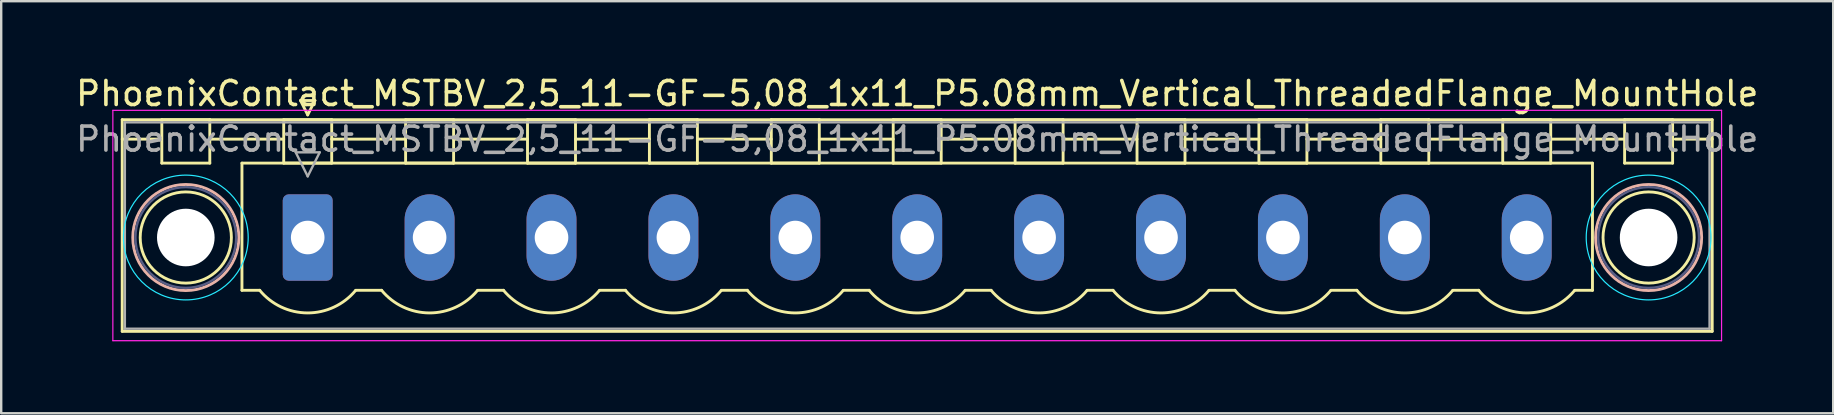
<source format=kicad_pcb>
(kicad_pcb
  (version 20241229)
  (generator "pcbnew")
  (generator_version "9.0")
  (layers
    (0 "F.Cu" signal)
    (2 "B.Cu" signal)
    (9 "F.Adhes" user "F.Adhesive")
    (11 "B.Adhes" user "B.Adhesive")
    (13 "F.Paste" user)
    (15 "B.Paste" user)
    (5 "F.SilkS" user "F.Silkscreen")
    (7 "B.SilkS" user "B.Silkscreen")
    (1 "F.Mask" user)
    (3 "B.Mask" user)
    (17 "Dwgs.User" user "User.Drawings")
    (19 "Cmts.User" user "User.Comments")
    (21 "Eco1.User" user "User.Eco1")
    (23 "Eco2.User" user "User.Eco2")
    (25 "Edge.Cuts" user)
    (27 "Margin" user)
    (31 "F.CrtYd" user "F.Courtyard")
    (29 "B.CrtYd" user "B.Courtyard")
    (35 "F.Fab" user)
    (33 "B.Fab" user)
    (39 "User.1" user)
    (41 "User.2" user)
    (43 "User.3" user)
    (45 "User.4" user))
  (footprint "PhoenixContact_MSTBV_2,5_11-GF-5,08_1x11_P5.08mm_Vertical_ThreadedFlange_MountHole"
    (layer "F.Cu")
    (at 9.773 6.848)
    (property "Reference" "PhoenixContact_MSTBV_2,5_11-GF-5,08_1x11_P5.08mm_Vertical_ThreadedFlange_MountHole" (at 25.4 -6 0) (layer "F.SilkS") (effects (font (size 1 1) (thickness 0.15))))
    (attr through_hole)
    (fp_line (start -7.73 -4.91) (end -7.73 3.91) (stroke (width 0.12) (type solid)) (layer "F.SilkS"))
    (fp_line (start -7.73 -4.1) (end -6.19 -4.1) (stroke (width 0.12) (type solid)) (layer "F.SilkS"))
    (fp_line (start -7.73 3.91) (end 58.53 3.91) (stroke (width 0.12) (type solid)) (layer "F.SilkS"))
    (fp_line (start -6.08 -4.91) (end -4.08 -4.91) (stroke (width 0.12) (type solid)) (layer "F.SilkS"))
    (fp_line (start -6.08 -3.1) (end -6.08 -4.91) (stroke (width 0.12) (type solid)) (layer "F.SilkS"))
    (fp_line (start -4.08 -4.91) (end -4.08 -3.1) (stroke (width 0.12) (type solid)) (layer "F.SilkS"))
    (fp_line (start -4.08 -4.1) (end -1 -4.1) (stroke (width 0.12) (type solid)) (layer "F.SilkS"))
    (fp_line (start -4.08 -3.1) (end -6.08 -3.1) (stroke (width 0.12) (type solid)) (layer "F.SilkS"))
    (fp_line (start -2.74 -3.1) (end 53.54 -3.1) (stroke (width 0.12) (type solid)) (layer "F.SilkS"))
    (fp_line (start -2.74 2.2) (end -2.74 -3.1) (stroke (width 0.12) (type solid)) (layer "F.SilkS"))
    (fp_line (start -2 2.2) (end -2.74 2.2) (stroke (width 0.12) (type solid)) (layer "F.SilkS"))
    (fp_line (start -1 -4.91) (end 1 -4.91) (stroke (width 0.12) (type solid)) (layer "F.SilkS"))
    (fp_line (start -1 -3.1) (end -1 -4.91) (stroke (width 0.12) (type solid)) (layer "F.SilkS"))
    (fp_line (start -0.3 -5.71) (end 0.3 -5.71) (stroke (width 0.12) (type solid)) (layer "F.SilkS"))
    (fp_line (start 0 -5.11) (end -0.3 -5.71) (stroke (width 0.12) (type solid)) (layer "F.SilkS"))
    (fp_line (start 0.3 -5.71) (end 0 -5.11) (stroke (width 0.12) (type solid)) (layer "F.SilkS"))
    (fp_line (start 1 -4.91) (end 1 -3.1) (stroke (width 0.12) (type solid)) (layer "F.SilkS"))
    (fp_line (start 1 -4.1) (end 4.08 -4.1) (stroke (width 0.12) (type solid)) (layer "F.SilkS"))
    (fp_line (start 1 -3.1) (end -1 -3.1) (stroke (width 0.12) (type solid)) (layer "F.SilkS"))
    (fp_line (start 2 2.2) (end 3.08 2.2) (stroke (width 0.12) (type solid)) (layer "F.SilkS"))
    (fp_line (start 4.08 -4.91) (end 6.08 -4.91) (stroke (width 0.12) (type solid)) (layer "F.SilkS"))
    (fp_line (start 4.08 -3.1) (end 4.08 -4.91) (stroke (width 0.12) (type solid)) (layer "F.SilkS"))
    (fp_line (start 6.08 -4.91) (end 6.08 -3.1) (stroke (width 0.12) (type solid)) (layer "F.SilkS"))
    (fp_line (start 6.08 -4.1) (end 9.16 -4.1) (stroke (width 0.12) (type solid)) (layer "F.SilkS"))
    (fp_line (start 6.08 -3.1) (end 4.08 -3.1) (stroke (width 0.12) (type solid)) (layer "F.SilkS"))
    (fp_line (start 7.08 2.2) (end 8.16 2.2) (stroke (width 0.12) (type solid)) (layer "F.SilkS"))
    (fp_line (start 9.16 -4.91) (end 11.16 -4.91) (stroke (width 0.12) (type solid)) (layer "F.SilkS"))
    (fp_line (start 9.16 -3.1) (end 9.16 -4.91) (stroke (width 0.12) (type solid)) (layer "F.SilkS"))
    (fp_line (start 11.16 -4.91) (end 11.16 -3.1) (stroke (width 0.12) (type solid)) (layer "F.SilkS"))
    (fp_line (start 11.16 -4.1) (end 14.24 -4.1) (stroke (width 0.12) (type solid)) (layer "F.SilkS"))
    (fp_line (start 11.16 -3.1) (end 9.16 -3.1) (stroke (width 0.12) (type solid)) (layer "F.SilkS"))
    (fp_line (start 12.16 2.2) (end 13.24 2.2) (stroke (width 0.12) (type solid)) (layer "F.SilkS"))
    (fp_line (start 14.24 -4.91) (end 16.24 -4.91) (stroke (width 0.12) (type solid)) (layer "F.SilkS"))
    (fp_line (start 14.24 -3.1) (end 14.24 -4.91) (stroke (width 0.12) (type solid)) (layer "F.SilkS"))
    (fp_line (start 16.24 -4.91) (end 16.24 -3.1) (stroke (width 0.12) (type solid)) (layer "F.SilkS"))
    (fp_line (start 16.24 -4.1) (end 19.32 -4.1) (stroke (width 0.12) (type solid)) (layer "F.SilkS"))
    (fp_line (start 16.24 -3.1) (end 14.24 -3.1) (stroke (width 0.12) (type solid)) (layer "F.SilkS"))
    (fp_line (start 17.24 2.2) (end 18.32 2.2) (stroke (width 0.12) (type solid)) (layer "F.SilkS"))
    (fp_line (start 19.32 -4.91) (end 21.32 -4.91) (stroke (width 0.12) (type solid)) (layer "F.SilkS"))
    (fp_line (start 19.32 -3.1) (end 19.32 -4.91) (stroke (width 0.12) (type solid)) (layer "F.SilkS"))
    (fp_line (start 21.32 -4.91) (end 21.32 -3.1) (stroke (width 0.12) (type solid)) (layer "F.SilkS"))
    (fp_line (start 21.32 -4.1) (end 24.4 -4.1) (stroke (width 0.12) (type solid)) (layer "F.SilkS"))
    (fp_line (start 21.32 -3.1) (end 19.32 -3.1) (stroke (width 0.12) (type solid)) (layer "F.SilkS"))
    (fp_line (start 22.32 2.2) (end 23.4 2.2) (stroke (width 0.12) (type solid)) (layer "F.SilkS"))
    (fp_line (start 24.4 -4.91) (end 26.4 -4.91) (stroke (width 0.12) (type solid)) (layer "F.SilkS"))
    (fp_line (start 24.4 -3.1) (end 24.4 -4.91) (stroke (width 0.12) (type solid)) (layer "F.SilkS"))
    (fp_line (start 26.4 -4.91) (end 26.4 -3.1) (stroke (width 0.12) (type solid)) (layer "F.SilkS"))
    (fp_line (start 26.4 -4.1) (end 29.48 -4.1) (stroke (width 0.12) (type solid)) (layer "F.SilkS"))
    (fp_line (start 26.4 -3.1) (end 24.4 -3.1) (stroke (width 0.12) (type solid)) (layer "F.SilkS"))
    (fp_line (start 27.4 2.2) (end 28.48 2.2) (stroke (width 0.12) (type solid)) (layer "F.SilkS"))
    (fp_line (start 29.48 -4.91) (end 31.48 -4.91) (stroke (width 0.12) (type solid)) (layer "F.SilkS"))
    (fp_line (start 29.48 -3.1) (end 29.48 -4.91) (stroke (width 0.12) (type solid)) (layer "F.SilkS"))
    (fp_line (start 31.48 -4.91) (end 31.48 -3.1) (stroke (width 0.12) (type solid)) (layer "F.SilkS"))
    (fp_line (start 31.48 -4.1) (end 34.56 -4.1) (stroke (width 0.12) (type solid)) (layer "F.SilkS"))
    (fp_line (start 31.48 -3.1) (end 29.48 -3.1) (stroke (width 0.12) (type solid)) (layer "F.SilkS"))
    (fp_line (start 32.48 2.2) (end 33.56 2.2) (stroke (width 0.12) (type solid)) (layer "F.SilkS"))
    (fp_line (start 34.56 -4.91) (end 36.56 -4.91) (stroke (width 0.12) (type solid)) (layer "F.SilkS"))
    (fp_line (start 34.56 -3.1) (end 34.56 -4.91) (stroke (width 0.12) (type solid)) (layer "F.SilkS"))
    (fp_line (start 36.56 -4.91) (end 36.56 -3.1) (stroke (width 0.12) (type solid)) (layer "F.SilkS"))
    (fp_line (start 36.56 -4.1) (end 39.64 -4.1) (stroke (width 0.12) (type solid)) (layer "F.SilkS"))
    (fp_line (start 36.56 -3.1) (end 34.56 -3.1) (stroke (width 0.12) (type solid)) (layer "F.SilkS"))
    (fp_line (start 37.56 2.2) (end 38.64 2.2) (stroke (width 0.12) (type solid)) (layer "F.SilkS"))
    (fp_line (start 39.64 -4.91) (end 41.64 -4.91) (stroke (width 0.12) (type solid)) (layer "F.SilkS"))
    (fp_line (start 39.64 -3.1) (end 39.64 -4.91) (stroke (width 0.12) (type solid)) (layer "F.SilkS"))
    (fp_line (start 41.64 -4.91) (end 41.64 -3.1) (stroke (width 0.12) (type solid)) (layer "F.SilkS"))
    (fp_line (start 41.64 -4.1) (end 44.72 -4.1) (stroke (width 0.12) (type solid)) (layer "F.SilkS"))
    (fp_line (start 41.64 -3.1) (end 39.64 -3.1) (stroke (width 0.12) (type solid)) (layer "F.SilkS"))
    (fp_line (start 42.64 2.2) (end 43.72 2.2) (stroke (width 0.12) (type solid)) (layer "F.SilkS"))
    (fp_line (start 44.72 -4.91) (end 46.72 -4.91) (stroke (width 0.12) (type solid)) (layer "F.SilkS"))
    (fp_line (start 44.72 -3.1) (end 44.72 -4.91) (stroke (width 0.12) (type solid)) (layer "F.SilkS"))
    (fp_line (start 46.72 -4.91) (end 46.72 -3.1) (stroke (width 0.12) (type solid)) (layer "F.SilkS"))
    (fp_line (start 46.72 -4.1) (end 49.8 -4.1) (stroke (width 0.12) (type solid)) (layer "F.SilkS"))
    (fp_line (start 46.72 -3.1) (end 44.72 -3.1) (stroke (width 0.12) (type solid)) (layer "F.SilkS"))
    (fp_line (start 47.72 2.2) (end 48.8 2.2) (stroke (width 0.12) (type solid)) (layer "F.SilkS"))
    (fp_line (start 49.8 -4.91) (end 51.8 -4.91) (stroke (width 0.12) (type solid)) (layer "F.SilkS"))
    (fp_line (start 49.8 -3.1) (end 49.8 -4.91) (stroke (width 0.12) (type solid)) (layer "F.SilkS"))
    (fp_line (start 51.8 -4.91) (end 51.8 -3.1) (stroke (width 0.12) (type solid)) (layer "F.SilkS"))
    (fp_line (start 51.8 -4.1) (end 54.88 -4.1) (stroke (width 0.12) (type solid)) (layer "F.SilkS"))
    (fp_line (start 51.8 -3.1) (end 49.8 -3.1) (stroke (width 0.12) (type solid)) (layer "F.SilkS"))
    (fp_line (start 53.54 -3.1) (end 53.54 2.2) (stroke (width 0.12) (type solid)) (layer "F.SilkS"))
    (fp_line (start 53.54 2.2) (end 52.8 2.2) (stroke (width 0.12) (type solid)) (layer "F.SilkS"))
    (fp_line (start 54.88 -4.91) (end 56.88 -4.91) (stroke (width 0.12) (type solid)) (layer "F.SilkS"))
    (fp_line (start 54.88 -3.1) (end 54.88 -4.91) (stroke (width 0.12) (type solid)) (layer "F.SilkS"))
    (fp_line (start 56.88 -4.91) (end 56.88 -3.1) (stroke (width 0.12) (type solid)) (layer "F.SilkS"))
    (fp_line (start 56.88 -3.1) (end 54.88 -3.1) (stroke (width 0.12) (type solid)) (layer "F.SilkS"))
    (fp_line (start 58.53 -4.91) (end -7.73 -4.91) (stroke (width 0.12) (type solid)) (layer "F.SilkS"))
    (fp_line (start 58.53 -4.1) (end 56.99 -4.1) (stroke (width 0.12) (type solid)) (layer "F.SilkS"))
    (fp_line (start 58.53 3.91) (end 58.53 -4.91) (stroke (width 0.12) (type solid)) (layer "F.SilkS"))
    (fp_arc (start 1.986842 2.215821) (mid -0.010289 3.142758) (end -2 2.2) (stroke (width 0.12) (type solid)) (layer "F.SilkS"))
    (fp_arc (start 7.066842 2.215821) (mid 5.069711 3.142758) (end 3.08 2.2) (stroke (width 0.12) (type solid)) (layer "F.SilkS"))
    (fp_arc (start 12.146842 2.215821) (mid 10.149711 3.142758) (end 8.16 2.2) (stroke (width 0.12) (type solid)) (layer "F.SilkS"))
    (fp_arc (start 17.226842 2.215821) (mid 15.229711 3.142758) (end 13.24 2.2) (stroke (width 0.12) (type solid)) (layer "F.SilkS"))
    (fp_arc (start 22.306842 2.215821) (mid 20.309711 3.142758) (end 18.32 2.2) (stroke (width 0.12) (type solid)) (layer "F.SilkS"))
    (fp_arc (start 27.386842 2.215821) (mid 25.389711 3.142758) (end 23.4 2.2) (stroke (width 0.12) (type solid)) (layer "F.SilkS"))
    (fp_arc (start 32.466842 2.215821) (mid 30.469711 3.142758) (end 28.48 2.2) (stroke (width 0.12) (type solid)) (layer "F.SilkS"))
    (fp_arc (start 37.546842 2.215821) (mid 35.549711 3.142758) (end 33.56 2.2) (stroke (width 0.12) (type solid)) (layer "F.SilkS"))
    (fp_arc (start 42.626842 2.215821) (mid 40.629711 3.142758) (end 38.64 2.2) (stroke (width 0.12) (type solid)) (layer "F.SilkS"))
    (fp_arc (start 47.706842 2.215821) (mid 45.709711 3.142758) (end 43.72 2.2) (stroke (width 0.12) (type solid)) (layer "F.SilkS"))
    (fp_arc (start 52.786842 2.215821) (mid 50.789711 3.142758) (end 48.8 2.2) (stroke (width 0.12) (type solid)) (layer "F.SilkS"))
    (fp_circle (center -5.08 0) (end -3.18 0) (stroke (width 0.12) (type solid)) (fill no) (layer "F.SilkS"))
    (fp_circle (center 55.88 0) (end 57.78 0) (stroke (width 0.12) (type solid)) (fill no) (layer "F.SilkS"))
    (fp_circle (center -5.08 0) (end -2.87 0) (stroke (width 0.12) (type solid)) (fill no) (layer "B.SilkS"))
    (fp_circle (center 55.88 0) (end 58.09 0) (stroke (width 0.12) (type solid)) (fill no) (layer "B.SilkS"))
    (fp_circle (center -5.08 0) (end -2.48 0) (stroke (width 0.05) (type solid)) (fill no) (layer "B.CrtYd"))
    (fp_circle (center 55.88 0) (end 58.48 0) (stroke (width 0.05) (type solid)) (fill no) (layer "B.CrtYd"))
    (fp_line (start -8.12 -5.3) (end -8.12 4.3) (stroke (width 0.05) (type solid)) (layer "F.CrtYd"))
    (fp_line (start -8.12 4.3) (end 58.92 4.3) (stroke (width 0.05) (type solid)) (layer "F.CrtYd"))
    (fp_line (start 58.92 -5.3) (end -8.12 -5.3) (stroke (width 0.05) (type solid)) (layer "F.CrtYd"))
    (fp_line (start 58.92 4.3) (end 58.92 -5.3) (stroke (width 0.05) (type solid)) (layer "F.CrtYd"))
    (fp_circle (center -5.08 0) (end -2.98 0) (stroke (width 0.1) (type solid)) (fill no) (layer "B.Fab"))
    (fp_circle (center 55.88 0) (end 57.98 0) (stroke (width 0.1) (type solid)) (fill no) (layer "B.Fab"))
    (fp_line (start -7.62 -4.8) (end -7.62 3.8) (stroke (width 0.1) (type solid)) (layer "F.Fab"))
    (fp_line (start -7.62 3.8) (end 58.42 3.8) (stroke (width 0.1) (type solid)) (layer "F.Fab"))
    (fp_line (start -0.5 -3.55) (end 0.5 -3.55) (stroke (width 0.1) (type solid)) (layer "F.Fab"))
    (fp_line (start 0 -2.55) (end -0.5 -3.55) (stroke (width 0.1) (type solid)) (layer "F.Fab"))
    (fp_line (start 0.5 -3.55) (end 0 -2.55) (stroke (width 0.1) (type solid)) (layer "F.Fab"))
    (fp_line (start 58.42 -4.8) (end -7.62 -4.8) (stroke (width 0.1) (type solid)) (layer "F.Fab"))
    (fp_line (start 58.42 3.8) (end 58.42 -4.8) (stroke (width 0.1) (type solid)) (layer "F.Fab"))
    (fp_text user "${REFERENCE}" (at 25.4 -4.1 0) (layer "F.Fab") (effects (font (size 1 1) (thickness 0.15))))
    (pad "" np_thru_hole circle (at -5.08 0) (size 2.4 2.4) (drill 2.4) (layers "*.Cu" "*.Mask"))
    (pad "" np_thru_hole circle (at 55.88 0) (size 2.4 2.4) (drill 2.4) (layers "*.Cu" "*.Mask"))
    (pad "1" thru_hole roundrect (at 0 0) (size 2.08 3.6) (drill 1.4) (layers "*.Cu" "*.Mask") (roundrect_rratio 0.12))
    (pad "2" thru_hole oval (at 5.08 0) (size 2.08 3.6) (drill 1.4) (layers "*.Cu" "*.Mask"))
    (pad "3" thru_hole oval (at 10.16 0) (size 2.08 3.6) (drill 1.4) (layers "*.Cu" "*.Mask"))
    (pad "4" thru_hole oval (at 15.24 0) (size 2.08 3.6) (drill 1.4) (layers "*.Cu" "*.Mask"))
    (pad "5" thru_hole oval (at 20.32 0) (size 2.08 3.6) (drill 1.4) (layers "*.Cu" "*.Mask"))
    (pad "6" thru_hole oval (at 25.4 0) (size 2.08 3.6) (drill 1.4) (layers "*.Cu" "*.Mask"))
    (pad "7" thru_hole oval (at 30.48 0) (size 2.08 3.6) (drill 1.4) (layers "*.Cu" "*.Mask"))
    (pad "8" thru_hole oval (at 35.56 0) (size 2.08 3.6) (drill 1.4) (layers "*.Cu" "*.Mask"))
    (pad "9" thru_hole oval (at 40.64 0) (size 2.08 3.6) (drill 1.4) (layers "*.Cu" "*.Mask"))
    (pad "10" thru_hole oval (at 45.72 0) (size 2.08 3.6) (drill 1.4) (layers "*.Cu" "*.Mask"))
    (pad "11" thru_hole oval (at 50.8 0) (size 2.08 3.6) (drill 1.4) (layers "*.Cu" "*.Mask")))
  (gr_rect
    (start -3 -3)
    (end 73.345 14.173)
    (stroke (width 0.1) (type default))
    (fill no)
    (layer "Edge.Cuts")))
</source>
